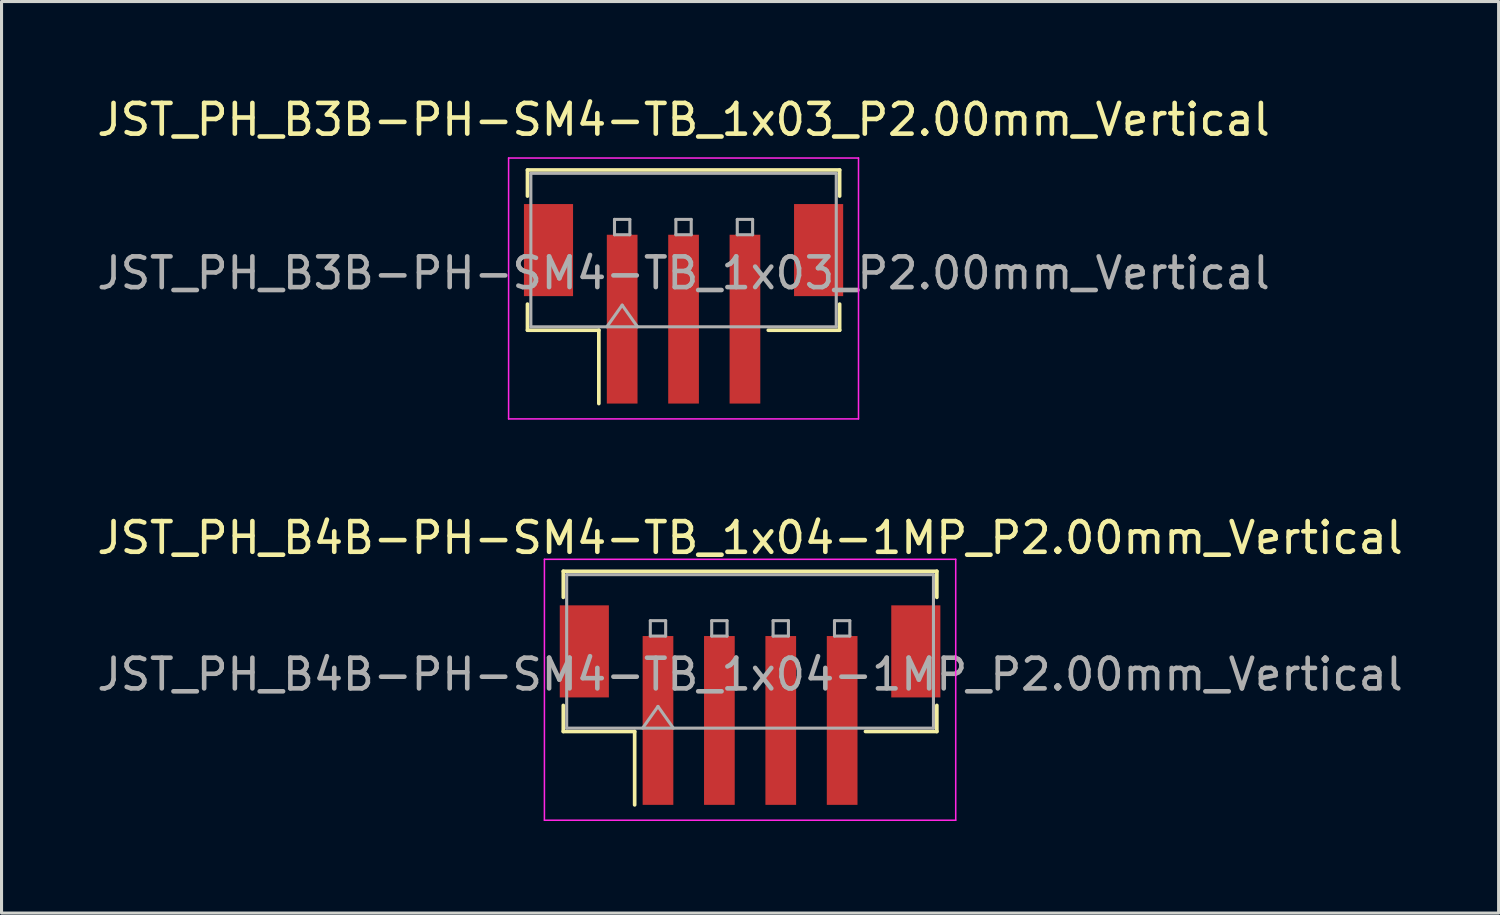
<source format=kicad_pcb>
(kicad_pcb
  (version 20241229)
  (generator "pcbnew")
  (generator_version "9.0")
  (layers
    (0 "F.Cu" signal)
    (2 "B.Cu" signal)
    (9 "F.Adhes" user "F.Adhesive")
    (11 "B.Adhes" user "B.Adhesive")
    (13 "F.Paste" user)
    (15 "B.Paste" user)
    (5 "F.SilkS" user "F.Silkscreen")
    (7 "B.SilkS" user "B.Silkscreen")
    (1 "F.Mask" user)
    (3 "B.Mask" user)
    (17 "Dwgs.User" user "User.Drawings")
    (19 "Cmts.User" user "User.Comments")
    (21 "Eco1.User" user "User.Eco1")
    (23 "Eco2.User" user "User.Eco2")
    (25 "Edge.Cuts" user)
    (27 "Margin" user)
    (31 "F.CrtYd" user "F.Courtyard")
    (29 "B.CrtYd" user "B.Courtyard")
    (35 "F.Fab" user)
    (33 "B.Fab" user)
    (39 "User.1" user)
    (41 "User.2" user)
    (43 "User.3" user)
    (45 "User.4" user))
  (footprint "JST_PH_B3B-PH-SM4-TB_1x03_P2.00mm_Vertical"
    (layer "F.Cu")
    (at 19.22 6.848)
    (property "Reference" "JST_PH_B3B-PH-SM4-TB_1x03_P2.00mm_Vertical" (at 0 -6 0) (layer "F.SilkS") (effects (font (size 1 1) (thickness 0.15))))
    (attr smd)
    (fp_line (start -5.085 -4.36) (end 5.085 -4.36) (stroke (width 0.12) (type solid)) (layer "F.SilkS"))
    (fp_line (start -5.085 -3.51) (end -5.085 -4.36) (stroke (width 0.12) (type solid)) (layer "F.SilkS"))
    (fp_line (start -5.085 0.01) (end -5.085 0.86) (stroke (width 0.12) (type solid)) (layer "F.SilkS"))
    (fp_line (start -5.085 0.86) (end -2.76 0.86) (stroke (width 0.12) (type solid)) (layer "F.SilkS"))
    (fp_line (start -2.76 0.86) (end -2.76 3.25) (stroke (width 0.12) (type solid)) (layer "F.SilkS"))
    (fp_line (start 5.085 -4.36) (end 5.085 -3.51) (stroke (width 0.12) (type solid)) (layer "F.SilkS"))
    (fp_line (start 5.085 0.01) (end 5.085 0.86) (stroke (width 0.12) (type solid)) (layer "F.SilkS"))
    (fp_line (start 5.085 0.86) (end 2.76 0.86) (stroke (width 0.12) (type solid)) (layer "F.SilkS"))
    (fp_line (start -5.7 -4.75) (end -5.7 3.75) (stroke (width 0.05) (type solid)) (layer "F.CrtYd"))
    (fp_line (start -5.7 3.75) (end 5.7 3.75) (stroke (width 0.05) (type solid)) (layer "F.CrtYd"))
    (fp_line (start 5.7 -4.75) (end -5.7 -4.75) (stroke (width 0.05) (type solid)) (layer "F.CrtYd"))
    (fp_line (start 5.7 3.75) (end 5.7 -4.75) (stroke (width 0.05) (type solid)) (layer "F.CrtYd"))
    (fp_line (start -4.975 -4.25) (end 4.975 -4.25) (stroke (width 0.1) (type solid)) (layer "F.Fab"))
    (fp_line (start -4.975 0.75) (end -4.975 -4.25) (stroke (width 0.1) (type solid)) (layer "F.Fab"))
    (fp_line (start -4.975 0.75) (end 4.975 0.75) (stroke (width 0.1) (type solid)) (layer "F.Fab"))
    (fp_line (start -2.5 0.75) (end -2 0.043) (stroke (width 0.1) (type solid)) (layer "F.Fab"))
    (fp_line (start -2.25 -2.75) (end -2.25 -2.25) (stroke (width 0.1) (type solid)) (layer "F.Fab"))
    (fp_line (start -2.25 -2.25) (end -1.75 -2.25) (stroke (width 0.1) (type solid)) (layer "F.Fab"))
    (fp_line (start -2 0.043) (end -1.5 0.75) (stroke (width 0.1) (type solid)) (layer "F.Fab"))
    (fp_line (start -1.75 -2.75) (end -2.25 -2.75) (stroke (width 0.1) (type solid)) (layer "F.Fab"))
    (fp_line (start -1.75 -2.25) (end -1.75 -2.75) (stroke (width 0.1) (type solid)) (layer "F.Fab"))
    (fp_line (start -0.25 -2.75) (end -0.25 -2.25) (stroke (width 0.1) (type solid)) (layer "F.Fab"))
    (fp_line (start -0.25 -2.25) (end 0.25 -2.25) (stroke (width 0.1) (type solid)) (layer "F.Fab"))
    (fp_line (start 0.25 -2.75) (end -0.25 -2.75) (stroke (width 0.1) (type solid)) (layer "F.Fab"))
    (fp_line (start 0.25 -2.25) (end 0.25 -2.75) (stroke (width 0.1) (type solid)) (layer "F.Fab"))
    (fp_line (start 1.75 -2.75) (end 1.75 -2.25) (stroke (width 0.1) (type solid)) (layer "F.Fab"))
    (fp_line (start 1.75 -2.25) (end 2.25 -2.25) (stroke (width 0.1) (type solid)) (layer "F.Fab"))
    (fp_line (start 2.25 -2.75) (end 1.75 -2.75) (stroke (width 0.1) (type solid)) (layer "F.Fab"))
    (fp_line (start 2.25 -2.25) (end 2.25 -2.75) (stroke (width 0.1) (type solid)) (layer "F.Fab"))
    (fp_line (start 4.975 0.75) (end 4.975 -4.25) (stroke (width 0.1) (type solid)) (layer "F.Fab"))
    (fp_text user "${REFERENCE}" (at 0 -1 0) (layer "F.Fab") (effects (font (size 1 1) (thickness 0.15))))
    (pad "" smd rect (at -4.4 -1.75) (size 1.6 3) (layers "F.Cu" "F.Mask" "F.Paste"))
    (pad "" smd rect (at 4.4 -1.75) (size 1.6 3) (layers "F.Cu" "F.Mask" "F.Paste"))
    (pad "1" smd rect (at -2 0.5) (size 1 5.5) (layers "F.Cu" "F.Mask" "F.Paste"))
    (pad "2" smd rect (at 0 0.5) (size 1 5.5) (layers "F.Cu" "F.Mask" "F.Paste"))
    (pad "3" smd rect (at 2 0.5) (size 1 5.5) (layers "F.Cu" "F.Mask" "F.Paste")))
  (footprint "JST_PH_B4B-PH-SM4-TB_1x04-1MP_P2.00mm_Vertical"
    (layer "F.Cu")
    (at 21.387 19.922)
    (property "Reference" "JST_PH_B4B-PH-SM4-TB_1x04-1MP_P2.00mm_Vertical" (at 0 -5.45 0) (layer "F.SilkS") (effects (font (size 1 1) (thickness 0.15))))
    (attr smd)
    (fp_line (start -6.085 -4.36) (end 6.085 -4.36) (stroke (width 0.12) (type solid)) (layer "F.SilkS"))
    (fp_line (start -6.085 -3.51) (end -6.085 -4.36) (stroke (width 0.12) (type solid)) (layer "F.SilkS"))
    (fp_line (start -6.085 0.01) (end -6.085 0.86) (stroke (width 0.12) (type solid)) (layer "F.SilkS"))
    (fp_line (start -6.085 0.86) (end -3.76 0.86) (stroke (width 0.12) (type solid)) (layer "F.SilkS"))
    (fp_line (start -3.76 0.86) (end -3.76 3.25) (stroke (width 0.12) (type solid)) (layer "F.SilkS"))
    (fp_line (start 6.085 -4.36) (end 6.085 -3.51) (stroke (width 0.12) (type solid)) (layer "F.SilkS"))
    (fp_line (start 6.085 0.01) (end 6.085 0.86) (stroke (width 0.12) (type solid)) (layer "F.SilkS"))
    (fp_line (start 6.085 0.86) (end 3.76 0.86) (stroke (width 0.12) (type solid)) (layer "F.SilkS"))
    (fp_line (start -6.7 -4.75) (end -6.7 3.75) (stroke (width 0.05) (type solid)) (layer "F.CrtYd"))
    (fp_line (start -6.7 3.75) (end 6.7 3.75) (stroke (width 0.05) (type solid)) (layer "F.CrtYd"))
    (fp_line (start 6.7 -4.75) (end -6.7 -4.75) (stroke (width 0.05) (type solid)) (layer "F.CrtYd"))
    (fp_line (start 6.7 3.75) (end 6.7 -4.75) (stroke (width 0.05) (type solid)) (layer "F.CrtYd"))
    (fp_line (start -5.975 -4.25) (end 5.975 -4.25) (stroke (width 0.1) (type solid)) (layer "F.Fab"))
    (fp_line (start -5.975 0.75) (end -5.975 -4.25) (stroke (width 0.1) (type solid)) (layer "F.Fab"))
    (fp_line (start -5.975 0.75) (end 5.975 0.75) (stroke (width 0.1) (type solid)) (layer "F.Fab"))
    (fp_line (start -3.5 0.75) (end -3 0.043) (stroke (width 0.1) (type solid)) (layer "F.Fab"))
    (fp_line (start -3.25 -2.75) (end -3.25 -2.25) (stroke (width 0.1) (type solid)) (layer "F.Fab"))
    (fp_line (start -3.25 -2.25) (end -2.75 -2.25) (stroke (width 0.1) (type solid)) (layer "F.Fab"))
    (fp_line (start -3 0.043) (end -2.5 0.75) (stroke (width 0.1) (type solid)) (layer "F.Fab"))
    (fp_line (start -2.75 -2.75) (end -3.25 -2.75) (stroke (width 0.1) (type solid)) (layer "F.Fab"))
    (fp_line (start -2.75 -2.25) (end -2.75 -2.75) (stroke (width 0.1) (type solid)) (layer "F.Fab"))
    (fp_line (start -1.25 -2.75) (end -1.25 -2.25) (stroke (width 0.1) (type solid)) (layer "F.Fab"))
    (fp_line (start -1.25 -2.25) (end -0.75 -2.25) (stroke (width 0.1) (type solid)) (layer "F.Fab"))
    (fp_line (start -0.75 -2.75) (end -1.25 -2.75) (stroke (width 0.1) (type solid)) (layer "F.Fab"))
    (fp_line (start -0.75 -2.25) (end -0.75 -2.75) (stroke (width 0.1) (type solid)) (layer "F.Fab"))
    (fp_line (start 0.75 -2.75) (end 0.75 -2.25) (stroke (width 0.1) (type solid)) (layer "F.Fab"))
    (fp_line (start 0.75 -2.25) (end 1.25 -2.25) (stroke (width 0.1) (type solid)) (layer "F.Fab"))
    (fp_line (start 1.25 -2.75) (end 0.75 -2.75) (stroke (width 0.1) (type solid)) (layer "F.Fab"))
    (fp_line (start 1.25 -2.25) (end 1.25 -2.75) (stroke (width 0.1) (type solid)) (layer "F.Fab"))
    (fp_line (start 2.75 -2.75) (end 2.75 -2.25) (stroke (width 0.1) (type solid)) (layer "F.Fab"))
    (fp_line (start 2.75 -2.25) (end 3.25 -2.25) (stroke (width 0.1) (type solid)) (layer "F.Fab"))
    (fp_line (start 3.25 -2.75) (end 2.75 -2.75) (stroke (width 0.1) (type solid)) (layer "F.Fab"))
    (fp_line (start 3.25 -2.25) (end 3.25 -2.75) (stroke (width 0.1) (type solid)) (layer "F.Fab"))
    (fp_line (start 5.975 0.75) (end 5.975 -4.25) (stroke (width 0.1) (type solid)) (layer "F.Fab"))
    (fp_text user "${REFERENCE}" (at 0 -1 0) (layer "F.Fab") (effects (font (size 1 1) (thickness 0.15))))
    (pad "1" smd rect (at -3 0.5) (size 1 5.5) (layers "F.Cu" "F.Mask" "F.Paste"))
    (pad "2" smd rect (at -1 0.5) (size 1 5.5) (layers "F.Cu" "F.Mask" "F.Paste"))
    (pad "3" smd rect (at 1 0.5) (size 1 5.5) (layers "F.Cu" "F.Mask" "F.Paste"))
    (pad "4" smd rect (at 3 0.5) (size 1 5.5) (layers "F.Cu" "F.Mask" "F.Paste"))
    (pad "MP" smd rect (at -5.4 -1.75) (size 1.6 3) (layers "F.Cu" "F.Mask" "F.Paste"))
    (pad "MP" smd rect (at 5.4 -1.75) (size 1.6 3) (layers "F.Cu" "F.Mask" "F.Paste")))
  (gr_rect
    (start -3 -3)
    (end 45.774 26.697)
    (stroke (width 0.1) (type default))
    (fill no)
    (layer "Edge.Cuts")))
</source>
